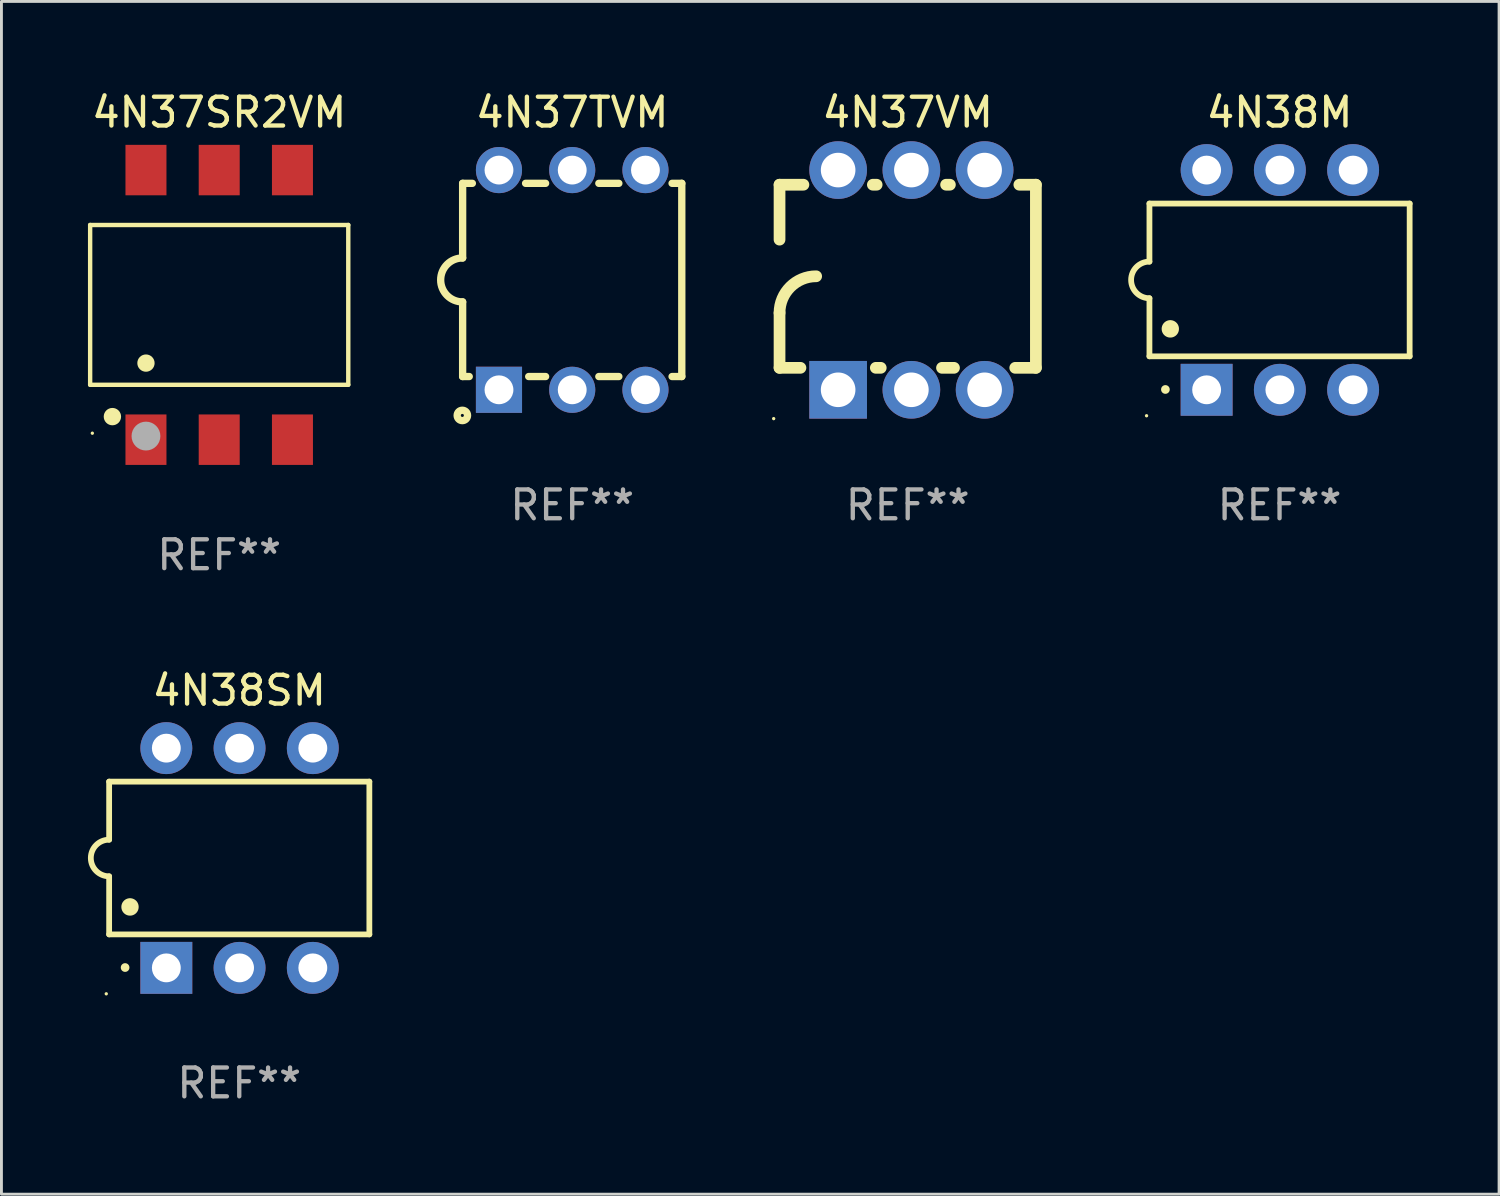
<source format=kicad_pcb>
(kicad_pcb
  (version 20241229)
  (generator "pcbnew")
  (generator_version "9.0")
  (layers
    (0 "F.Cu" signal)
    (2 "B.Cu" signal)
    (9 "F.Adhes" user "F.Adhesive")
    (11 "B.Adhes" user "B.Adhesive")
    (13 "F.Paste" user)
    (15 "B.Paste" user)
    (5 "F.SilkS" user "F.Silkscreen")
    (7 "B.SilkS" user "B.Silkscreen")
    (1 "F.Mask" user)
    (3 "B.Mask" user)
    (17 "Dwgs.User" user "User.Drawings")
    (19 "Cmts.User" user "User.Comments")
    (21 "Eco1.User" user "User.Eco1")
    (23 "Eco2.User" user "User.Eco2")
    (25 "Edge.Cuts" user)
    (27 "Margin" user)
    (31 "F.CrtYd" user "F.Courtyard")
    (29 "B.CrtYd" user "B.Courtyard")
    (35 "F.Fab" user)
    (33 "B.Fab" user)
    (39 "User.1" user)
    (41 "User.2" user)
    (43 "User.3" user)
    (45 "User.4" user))
  (footprint "4N37VM"
    (layer "F.Cu")
    (at 28.429 6.658)
    (property "Reference" "4N37VM" (at 0 -5.81 0) (layer "F.SilkS") (effects (font (size 1 1) (thickness 0.15))))
    (attr through_hole)
    (fp_line (start -4.445 -1.397) (end -4.445 -3.302) (stroke (width 0.406) (type solid)) (layer "F.SilkS"))
    (fp_line (start -4.445 3.048) (end -4.445 1.143) (stroke (width 0.406) (type solid)) (layer "F.SilkS"))
    (fp_line (start -4.445 3.048) (end -3.72 3.048) (stroke (width 0.406) (type solid)) (layer "F.SilkS"))
    (fp_line (start -3.617 -3.302) (end -4.445 -3.302) (stroke (width 0.406) (type solid)) (layer "F.SilkS"))
    (fp_line (start -1.106 3.048) (end -0.935 3.048) (stroke (width 0.406) (type solid)) (layer "F.SilkS"))
    (fp_line (start -1.077 -3.302) (end -1.209 -3.302) (stroke (width 0.406) (type solid)) (layer "F.SilkS"))
    (fp_line (start 1.189 3.048) (end 1.605 3.048) (stroke (width 0.406) (type solid)) (layer "F.SilkS"))
    (fp_line (start 1.463 -3.302) (end 1.331 -3.302) (stroke (width 0.406) (type solid)) (layer "F.SilkS"))
    (fp_line (start 3.729 3.048) (end 4.445 3.048) (stroke (width 0.406) (type solid)) (layer "F.SilkS"))
    (fp_line (start 4.445 -3.302) (end 3.871 -3.302) (stroke (width 0.406) (type solid)) (layer "F.SilkS"))
    (fp_line (start 4.445 -3.302) (end 4.445 3.048) (stroke (width 0.406) (type solid)) (layer "F.SilkS"))
    (fp_arc (start -4.444983 1.143002) (mid -4.073008 0.244974) (end -3.17498 -0.127) (stroke (width 0.4064) (type solid)) (layer "F.SilkS"))
    (fp_circle (center -4.648 4.81) (end -4.618 4.81) (stroke (width 0.06) (type solid)) (fill no) (layer "F.SilkS"))
    (fp_text user "REF**" (at 0 7.81 0) (layer "F.Fab") (effects (font (size 1 1) (thickness 0.15))))
    (pad "1" thru_hole rect (at -2.413 3.81 90) (size 2 2) (drill 1.2) (layers "*.Cu" "*.Mask"))
    (pad "2" thru_hole circle (at 0.127 3.81) (size 2 2) (drill 1.2) (layers "*.Cu" "*.Mask"))
    (pad "3" thru_hole circle (at 2.667 3.81) (size 2 2) (drill 1.2) (layers "*.Cu" "*.Mask"))
    (pad "4" thru_hole circle (at 2.667 -3.81) (size 2 2) (drill 1.2) (layers "*.Cu" "*.Mask"))
    (pad "5" thru_hole circle (at 0.127 -3.81) (size 2 2) (drill 1.2) (layers "*.Cu" "*.Mask"))
    (pad "6" thru_hole circle (at -2.413 -3.81) (size 2 2) (drill 1.2) (layers "*.Cu" "*.Mask")))
  (footprint "4N38M"
    (layer "F.Cu")
    (at 41.324 6.658)
    (property "Reference" "4N38M" (at 0 -5.81 0) (layer "F.SilkS") (effects (font (size 1 1) (thickness 0.15))))
    (attr through_hole)
    (fp_line (start -4.512 -2.649) (end 4.512 -2.649) (stroke (width 0.2) (type solid)) (layer "F.SilkS"))
    (fp_line (start -4.512 -0.635) (end -4.512 -2.649) (stroke (width 0.2) (type solid)) (layer "F.SilkS"))
    (fp_line (start -4.512 2.649) (end -4.512 0.635) (stroke (width 0.2) (type solid)) (layer "F.SilkS"))
    (fp_line (start 4.512 -2.649) (end 4.512 2.649) (stroke (width 0.2) (type solid)) (layer "F.SilkS"))
    (fp_line (start 4.512 2.649) (end -4.512 2.649) (stroke (width 0.2) (type solid)) (layer "F.SilkS"))
    (fp_arc (start -4.512319 0.635001) (mid -5.14732 0) (end -4.512319 -0.635001) (stroke (width 0.2) (type solid)) (layer "F.SilkS"))
    (fp_arc (start -3.958598 3.799848) (mid -3.958603 3.798578) (end -3.958598 3.797308) (stroke (width 0.3) (type solid)) (layer "F.SilkS"))
    (fp_arc (start -3.788418 1.699263) (mid -3.788429 1.696723) (end -3.788418 1.694183) (stroke (width 0.6) (type solid)) (layer "F.SilkS"))
    (fp_circle (center -4.612 4.71) (end -4.582 4.71) (stroke (width 0.06) (type solid)) (fill no) (layer "F.SilkS"))
    (fp_text user "REF**" (at 0 7.81 0) (layer "F.Fab") (effects (font (size 1 1) (thickness 0.15))))
    (pad "1" thru_hole rect (at -2.529 3.81 90) (size 1.8 1.8) (drill 1) (layers "*.Cu" "*.Mask"))
    (pad "2" thru_hole circle (at 0.011 3.81) (size 1.8 1.8) (drill 1) (layers "*.Cu" "*.Mask"))
    (pad "3" thru_hole circle (at 2.551 3.81) (size 1.8 1.8) (drill 1) (layers "*.Cu" "*.Mask"))
    (pad "4" thru_hole circle (at 2.551 -3.81) (size 1.8 1.8) (drill 1) (layers "*.Cu" "*.Mask"))
    (pad "5" thru_hole circle (at 0.011 -3.81) (size 1.8 1.8) (drill 1) (layers "*.Cu" "*.Mask"))
    (pad "6" thru_hole circle (at -2.529 -3.81) (size 1.8 1.8) (drill 1) (layers "*.Cu" "*.Mask")))
  (footprint "4N38SM"
    (layer "F.Cu")
    (at 5.247 26.705)
    (property "Reference" "4N38SM" (at 0 -5.81 0) (layer "F.SilkS") (effects (font (size 1 1) (thickness 0.15))))
    (attr through_hole)
    (fp_line (start -4.512 -2.649) (end 4.512 -2.649) (stroke (width 0.2) (type solid)) (layer "F.SilkS"))
    (fp_line (start -4.512 -0.635) (end -4.512 -2.649) (stroke (width 0.2) (type solid)) (layer "F.SilkS"))
    (fp_line (start -4.512 2.649) (end -4.512 0.635) (stroke (width 0.2) (type solid)) (layer "F.SilkS"))
    (fp_line (start 4.512 -2.649) (end 4.512 2.649) (stroke (width 0.2) (type solid)) (layer "F.SilkS"))
    (fp_line (start 4.512 2.649) (end -4.512 2.649) (stroke (width 0.2) (type solid)) (layer "F.SilkS"))
    (fp_arc (start -4.512319 0.635001) (mid -5.14732 0) (end -4.512319 -0.635001) (stroke (width 0.2) (type solid)) (layer "F.SilkS"))
    (fp_arc (start -3.958598 3.799848) (mid -3.958603 3.798578) (end -3.958598 3.797308) (stroke (width 0.3) (type solid)) (layer "F.SilkS"))
    (fp_arc (start -3.788418 1.699263) (mid -3.788429 1.696723) (end -3.788418 1.694183) (stroke (width 0.6) (type solid)) (layer "F.SilkS"))
    (fp_circle (center -4.612 4.71) (end -4.582 4.71) (stroke (width 0.06) (type solid)) (fill no) (layer "F.SilkS"))
    (fp_text user "REF**" (at 0 7.81 0) (layer "F.Fab") (effects (font (size 1 1) (thickness 0.15))))
    (pad "1" thru_hole rect (at -2.529 3.81 90) (size 1.8 1.8) (drill 1) (layers "*.Cu" "*.Mask"))
    (pad "2" thru_hole circle (at 0.011 3.81) (size 1.8 1.8) (drill 1) (layers "*.Cu" "*.Mask"))
    (pad "3" thru_hole circle (at 2.551 3.81) (size 1.8 1.8) (drill 1) (layers "*.Cu" "*.Mask"))
    (pad "4" thru_hole circle (at 2.551 -3.81) (size 1.8 1.8) (drill 1) (layers "*.Cu" "*.Mask"))
    (pad "5" thru_hole circle (at 0.011 -3.81) (size 1.8 1.8) (drill 1) (layers "*.Cu" "*.Mask"))
    (pad "6" thru_hole circle (at -2.529 -3.81) (size 1.8 1.8) (drill 1) (layers "*.Cu" "*.Mask")))
  (footprint "4N37SR2VM"
    (layer "F.Cu")
    (at 4.552 7.523)
    (property "Reference" "4N37SR2VM" (at 0 -6.675 0) (layer "F.SilkS") (effects (font (size 1 1) (thickness 0.15))))
    (attr through_hole)
    (fp_line (start -4.476 -2.771) (end 4.476 -2.771) (stroke (width 0.152) (type solid)) (layer "F.SilkS"))
    (fp_line (start -4.476 2.771) (end -4.476 -2.771) (stroke (width 0.152) (type solid)) (layer "F.SilkS"))
    (fp_line (start 4.476 -2.771) (end 4.476 2.771) (stroke (width 0.152) (type solid)) (layer "F.SilkS"))
    (fp_line (start 4.476 2.771) (end -4.476 2.771) (stroke (width 0.152) (type solid)) (layer "F.SilkS"))
    (fp_circle (center -4.4 4.45) (end -4.37 4.45) (stroke (width 0.06) (type solid)) (fill no) (layer "F.SilkS"))
    (fp_circle (center -3.704 3.875) (end -3.553 3.875) (stroke (width 0.3) (type solid)) (fill no) (layer "F.SilkS"))
    (fp_circle (center -2.54 2.019) (end -2.39 2.019) (stroke (width 0.3) (type solid)) (fill no) (layer "F.SilkS"))
    (fp_circle (center -2.54 4.55) (end -2.29 4.55) (stroke (width 0.5) (type solid)) (fill no) (layer "F.Fab"))
    (fp_text user "REF**" (at 0 8.675 0) (layer "F.Fab") (effects (font (size 1 1) (thickness 0.15))))
    (pad "1" smd rect (at -2.54 4.675) (size 1.422 1.75) (layers "F.Cu" "F.Mask" "F.Paste"))
    (pad "2" smd rect (at 0 4.675) (size 1.422 1.75) (layers "F.Cu" "F.Mask" "F.Paste"))
    (pad "3" smd rect (at 2.54 4.675) (size 1.422 1.75) (layers "F.Cu" "F.Mask" "F.Paste"))
    (pad "4" smd rect (at 2.54 -4.675) (size 1.422 1.75) (layers "F.Cu" "F.Mask" "F.Paste"))
    (pad "5" smd rect (at 0 -4.675) (size 1.422 1.75) (layers "F.Cu" "F.Mask" "F.Paste"))
    (pad "6" smd rect (at -2.54 -4.675) (size 1.422 1.75) (layers "F.Cu" "F.Mask" "F.Paste")))
  (footprint "4N37TVM"
    (layer "F.Cu")
    (at 16.794 6.658)
    (property "Reference" "4N37TVM" (at 0 -5.81 0) (layer "F.SilkS") (effects (font (size 1 1) (thickness 0.15))))
    (attr through_hole)
    (fp_line (start -3.8 3.35) (end -3.8 0.762) (stroke (width 0.254) (type solid)) (layer "F.SilkS"))
    (fp_line (start -3.8 3.35) (end -3.571 3.35) (stroke (width 0.254) (type solid)) (layer "F.SilkS"))
    (fp_line (start -3.8 -3.35) (end -3.8 -0.762) (stroke (width 0.254) (type solid)) (layer "F.SilkS"))
    (fp_line (start -3.8 -3.35) (end -3.463 -3.35) (stroke (width 0.254) (type solid)) (layer "F.SilkS"))
    (fp_line (start -1.617 -3.35) (end -0.923 -3.35) (stroke (width 0.254) (type solid)) (layer "F.SilkS"))
    (fp_line (start -1.509 3.35) (end -0.923 3.35) (stroke (width 0.254) (type solid)) (layer "F.SilkS"))
    (fp_line (start 0.923 -3.35) (end 1.617 -3.35) (stroke (width 0.254) (type solid)) (layer "F.SilkS"))
    (fp_line (start 0.923 3.35) (end 1.617 3.35) (stroke (width 0.254) (type solid)) (layer "F.SilkS"))
    (fp_line (start 3.463 -3.35) (end 3.8 -3.35) (stroke (width 0.254) (type solid)) (layer "F.SilkS"))
    (fp_line (start 3.463 3.35) (end 3.8 3.35) (stroke (width 0.254) (type solid)) (layer "F.SilkS"))
    (fp_line (start 3.8 -3.35) (end 3.8 3.35) (stroke (width 0.254) (type solid)) (layer "F.SilkS"))
    (fp_arc (start -3.800013 0.762002) (mid -4.561837 -0.000089) (end -3.799835 -0.762002) (stroke (width 0.254001) (type solid)) (layer "F.SilkS"))
    (fp_circle (center -3.81 4.699) (end -3.63 4.699) (stroke (width 0.254) (type solid)) (fill no) (layer "F.SilkS"))
    (fp_text user "REF**" (at 0 7.81 0) (layer "F.Fab") (effects (font (size 1 1) (thickness 0.15))))
    (pad "1" thru_hole rect (at -2.54 3.81) (size 1.6 1.6) (drill 1) (layers "*.Cu" "*.Mask"))
    (pad "2" thru_hole circle (at 0.000013 3.81) (size 1.6 1.6) (drill 1) (layers "*.Cu" "*.Mask"))
    (pad "3" thru_hole circle (at 2.54 3.81) (size 1.6 1.6) (drill 1) (layers "*.Cu" "*.Mask"))
    (pad "4" thru_hole circle (at 2.54 -3.81) (size 1.6 1.6) (drill 1) (layers "*.Cu" "*.Mask"))
    (pad "5" thru_hole circle (at 0.000013 -3.81) (size 1.6 1.6) (drill 1) (layers "*.Cu" "*.Mask"))
    (pad "6" thru_hole circle (at -2.54 -3.81) (size 1.6 1.6) (drill 1) (layers "*.Cu" "*.Mask")))
  (gr_rect
    (start -3 -3)
    (end 48.937 38.363)
    (stroke (width 0.1) (type default))
    (fill no)
    (layer "Edge.Cuts")))
</source>
